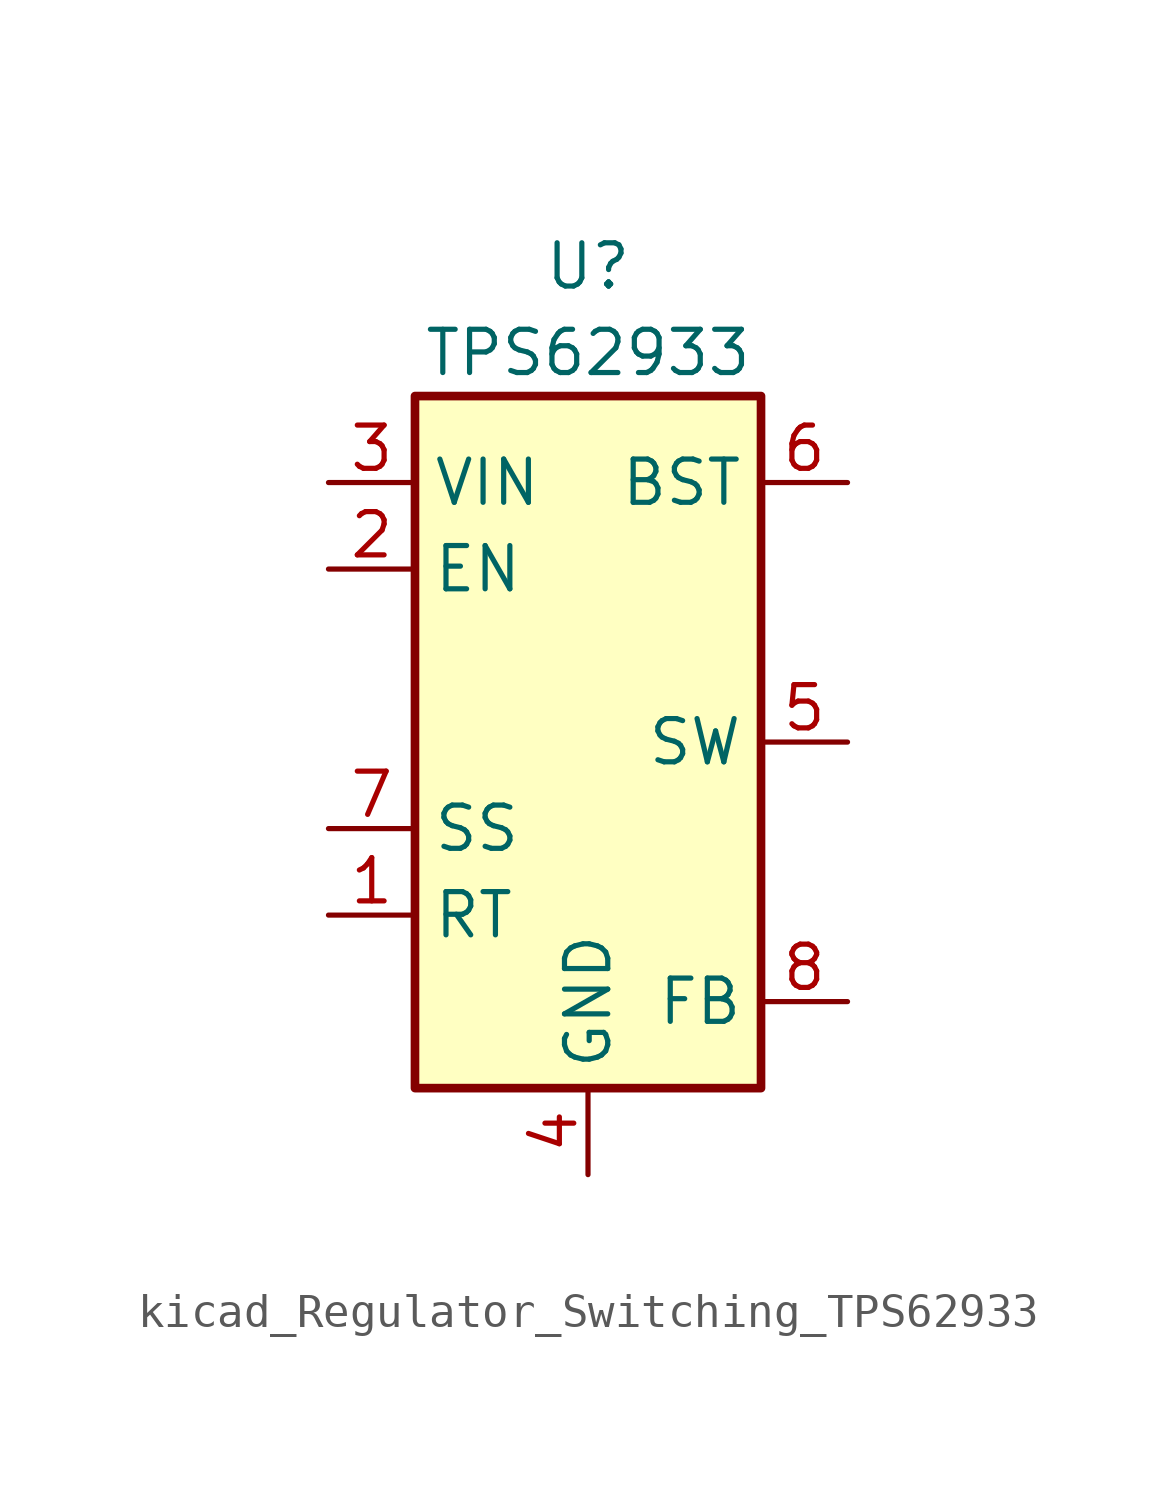
<source format=kicad_sym>
(kicad_symbol_lib
  (version 20220914)
  (generator kicad_symbol_editor)
  (symbol "kicad_Regulator_Switching_TPS62933"
    (property "Reference" "U"
      (at 0 13.97 0)
      (effects (font (size 1.27 1.27))))
    (property "Value" "TPS62933"
      (at 0 11.43 0)
      (effects (font (size 1.27 1.27))))
    (symbol "kicad_Regulator_Switching_TPS62933_0_1"
      (rectangle (start -5.08 10.16) (end 5.08 -10.16) (stroke (width 0.254) (type default)) (fill (type background))))
    (symbol "kicad_Regulator_Switching_TPS62933_1_1"
      (pin passive line (at -7.62 -5.08 0) (length 2.54) (name "RT" (effects (font (size 1.27 1.27)))) (number "1" (effects (font (size 1.27 1.27)))))
      (pin input line (at -7.62 5.08 0) (length 2.54) (name "EN" (effects (font (size 1.27 1.27)))) (number "2" (effects (font (size 1.27 1.27)))))
      (pin power_in line (at -7.62 7.62 0) (length 2.54) (name "VIN" (effects (font (size 1.27 1.27)))) (number "3" (effects (font (size 1.27 1.27)))))
      (pin power_in line (at 0 -12.7 90) (length 2.54) (name "GND" (effects (font (size 1.27 1.27)))) (number "4" (effects (font (size 1.27 1.27)))))
      (pin output line (at 7.62 0 180) (length 2.54) (name "SW" (effects (font (size 1.27 1.27)))) (number "5" (effects (font (size 1.27 1.27)))))
      (pin passive line (at 7.62 7.62 180) (length 2.54) (name "BST" (effects (font (size 1.27 1.27)))) (number "6" (effects (font (size 1.27 1.27)))))
      (pin passive line (at -7.62 -2.54 0) (length 2.54) (name "SS" (effects (font (size 1.27 1.27)))) (number "7" (effects (font (size 1.27 1.27)))))
      (pin input line (at 7.62 -7.62 180) (length 2.54) (name "FB" (effects (font (size 1.27 1.27)))) (number "8" (effects (font (size 1.27 1.27))))))))
</source>
